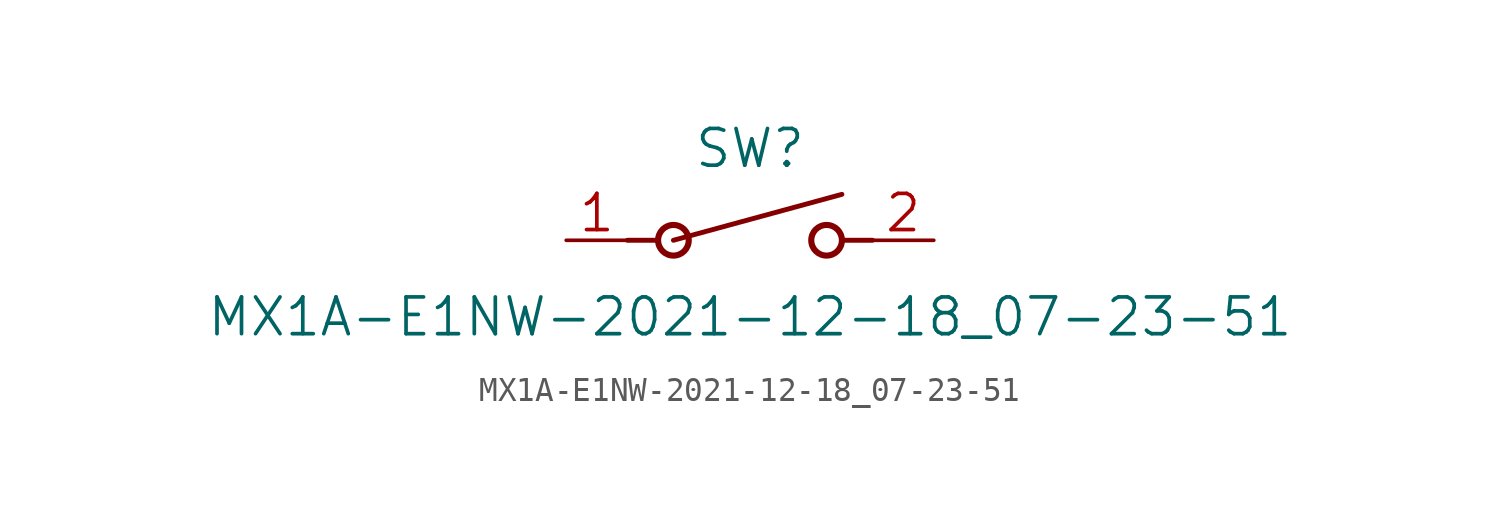
<source format=kicad_sym>
(kicad_symbol_lib
  (version 20211014)
  (generator kicad_symbol_editor)
  (symbol "MX1A-E1NW-2021-12-18_07-23-51"
    (pin_names
      (offset -1.905) hide)
    (property "Reference" "SW"
      (at 7.62 3.81 0)
      (effects (font (size 1.524 1.524))))
    (property "Value" "MX1A-E1NW-2021-12-18_07-23-51"
      (at 7.62 -3.175 0)
      (effects (font (size 1.524 1.524))))
    (property "Datasheet" ""
      (at 0 0 0)
      (effects (font (size 1.524 1.524))))
    (property "ki_locked" ""
      (at 0 0 0)
      (effects (font (size 1.27 1.27))))
    (symbol "MX1A-E1NW-2021-12-18_07-23-51_1_1"
      (polyline (pts (xy 2.54 0) (xy 3.81 0)) (stroke (width 0.203) (type default) (color 0 0 0 0)) (fill (type none)))
      (polyline (pts (xy 4.445 0) (xy 11.43 1.905)) (stroke (width 0.203) (type default) (color 0 0 0 0)) (fill (type none)))
      (polyline (pts (xy 12.7 0) (xy 11.43 0)) (stroke (width 0.203) (type default) (color 0 0 0 0)) (fill (type none)))
      (circle (center 4.445 0) (radius 0.635) (stroke (width 0.254) (type default) (color 0 0 0 0)) (fill (type none)))
      (circle (center 10.795 0) (radius 0.635) (stroke (width 0.254) (type default) (color 0 0 0 0)) (fill (type none)))
      (pin unspecified line (at 0 0 0) (length 2.54) (name "1" (effects (font (size 1.499 1.499)))) (number "1" (effects (font (size 1.499 1.499)))))
      (pin unspecified line (at 15.24 0 180) (length 2.54) (name "2" (effects (font (size 1.499 1.499)))) (number "2" (effects (font (size 1.499 1.499))))))))
</source>
